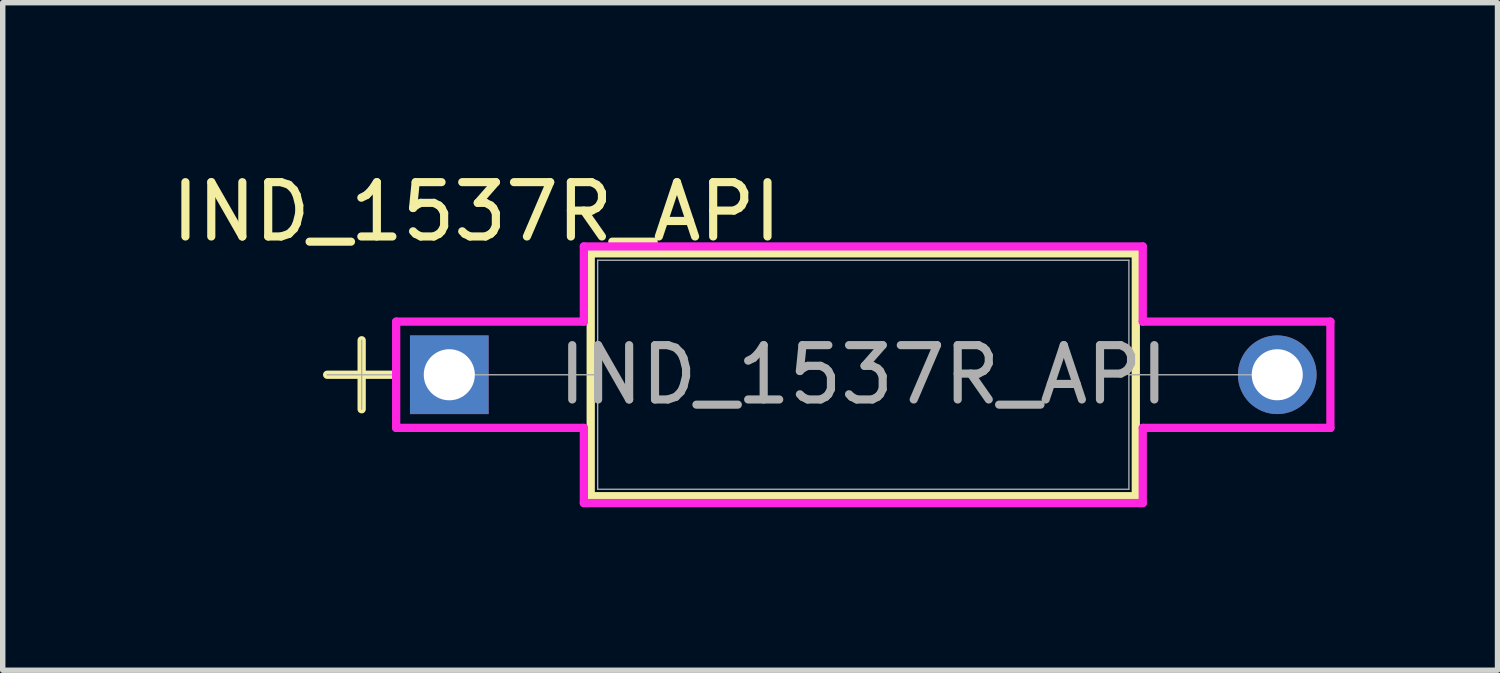
<source format=kicad_pcb>
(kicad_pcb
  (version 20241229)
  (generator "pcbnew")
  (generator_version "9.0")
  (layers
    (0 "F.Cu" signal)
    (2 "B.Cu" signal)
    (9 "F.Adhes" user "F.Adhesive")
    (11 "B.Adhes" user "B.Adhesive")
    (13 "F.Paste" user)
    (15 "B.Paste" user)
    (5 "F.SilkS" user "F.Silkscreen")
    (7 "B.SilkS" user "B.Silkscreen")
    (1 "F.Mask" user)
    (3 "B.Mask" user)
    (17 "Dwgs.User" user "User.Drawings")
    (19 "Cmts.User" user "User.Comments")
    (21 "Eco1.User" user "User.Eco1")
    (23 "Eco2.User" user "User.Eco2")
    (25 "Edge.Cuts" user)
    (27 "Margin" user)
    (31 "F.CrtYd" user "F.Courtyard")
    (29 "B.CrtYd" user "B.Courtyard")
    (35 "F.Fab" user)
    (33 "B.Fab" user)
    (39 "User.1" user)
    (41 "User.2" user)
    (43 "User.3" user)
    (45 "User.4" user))
  (footprint "IND_1537R_API"
    (layer "F.Cu")
    (at 5.22 3.848)
    (property "Reference" "IND_1537R_API" (at 0.5 -3 0) (unlocked yes) (layer "F.SilkS") (effects (font (size 1 1) (thickness 0.15))))
    (attr through_hole)
    (fp_line (start -2.248 0) (end -1.057 0) (stroke (width 0.152) (type solid)) (layer "F.SilkS"))
    (fp_line (start -1.613 -0.635) (end -1.613 0.635) (stroke (width 0.152) (type solid)) (layer "F.SilkS"))
    (fp_line (start 2.603 -2.235) (end 2.603 2.235) (stroke (width 0.152) (type solid)) (layer "F.SilkS"))
    (fp_line (start 2.603 2.235) (end 12.636 2.235) (stroke (width 0.152) (type solid)) (layer "F.SilkS"))
    (fp_line (start 12.636 -2.235) (end 2.603 -2.235) (stroke (width 0.152) (type solid)) (layer "F.SilkS"))
    (fp_line (start 12.636 2.235) (end 12.636 -2.235) (stroke (width 0.152) (type solid)) (layer "F.SilkS"))
    (fp_line (start -0.978 -0.978) (end 2.477 -0.978) (stroke (width 0.152) (type solid)) (layer "F.CrtYd"))
    (fp_line (start -0.978 0.978) (end -0.978 -0.978) (stroke (width 0.152) (type solid)) (layer "F.CrtYd"))
    (fp_line (start 2.477 -2.362) (end 12.764 -2.362) (stroke (width 0.152) (type solid)) (layer "F.CrtYd"))
    (fp_line (start 2.477 -0.978) (end 2.477 -2.362) (stroke (width 0.152) (type solid)) (layer "F.CrtYd"))
    (fp_line (start 2.477 0.978) (end -0.978 0.978) (stroke (width 0.152) (type solid)) (layer "F.CrtYd"))
    (fp_line (start 2.477 2.362) (end 2.477 0.978) (stroke (width 0.152) (type solid)) (layer "F.CrtYd"))
    (fp_line (start 12.764 -2.362) (end 12.764 -0.978) (stroke (width 0.152) (type solid)) (layer "F.CrtYd"))
    (fp_line (start 12.764 -0.978) (end 16.218 -0.978) (stroke (width 0.152) (type solid)) (layer "F.CrtYd"))
    (fp_line (start 12.764 0.978) (end 12.764 2.362) (stroke (width 0.152) (type solid)) (layer "F.CrtYd"))
    (fp_line (start 12.764 2.362) (end 2.477 2.362) (stroke (width 0.152) (type solid)) (layer "F.CrtYd"))
    (fp_line (start 16.218 -0.978) (end 16.218 0.978) (stroke (width 0.152) (type solid)) (layer "F.CrtYd"))
    (fp_line (start 16.218 0.978) (end 12.764 0.978) (stroke (width 0.152) (type solid)) (layer "F.CrtYd"))
    (fp_line (start -2.248 0) (end -0.978 0) (stroke (width 0.025) (type solid)) (layer "F.Fab"))
    (fp_line (start -1.613 -0.635) (end -1.613 0.635) (stroke (width 0.025) (type solid)) (layer "F.Fab"))
    (fp_line (start 0 0) (end 2.731 0) (stroke (width 0.025) (type solid)) (layer "F.Fab"))
    (fp_line (start 2.731 -2.108) (end 2.731 2.108) (stroke (width 0.025) (type solid)) (layer "F.Fab"))
    (fp_line (start 2.731 2.108) (end 12.509 2.108) (stroke (width 0.025) (type solid)) (layer "F.Fab"))
    (fp_line (start 12.509 -2.108) (end 2.731 -2.108) (stroke (width 0.025) (type solid)) (layer "F.Fab"))
    (fp_line (start 12.509 2.108) (end 12.509 -2.108) (stroke (width 0.025) (type solid)) (layer "F.Fab"))
    (fp_line (start 15.24 0) (end 12.509 0) (stroke (width 0.025) (type solid)) (layer "F.Fab"))
    (fp_text user "${REFERENCE}" (at 7.62 0 0) (unlocked yes) (layer "F.Fab") (effects (font (size 1 1) (thickness 0.15))))
    (pad "1" thru_hole rect (at 0 0) (size 1.448 1.448) (drill 0.94) (layers "*.Cu" "*.Mask"))
    (pad "2" thru_hole circle (at 15.24 0) (size 1.448 1.448) (drill 0.94) (layers "*.Cu" "*.Mask")))
  (gr_rect
    (start -3 -3)
    (end 24.514 9.287)
    (stroke (width 0.1) (type default))
    (fill no)
    (layer "Edge.Cuts")))
</source>
